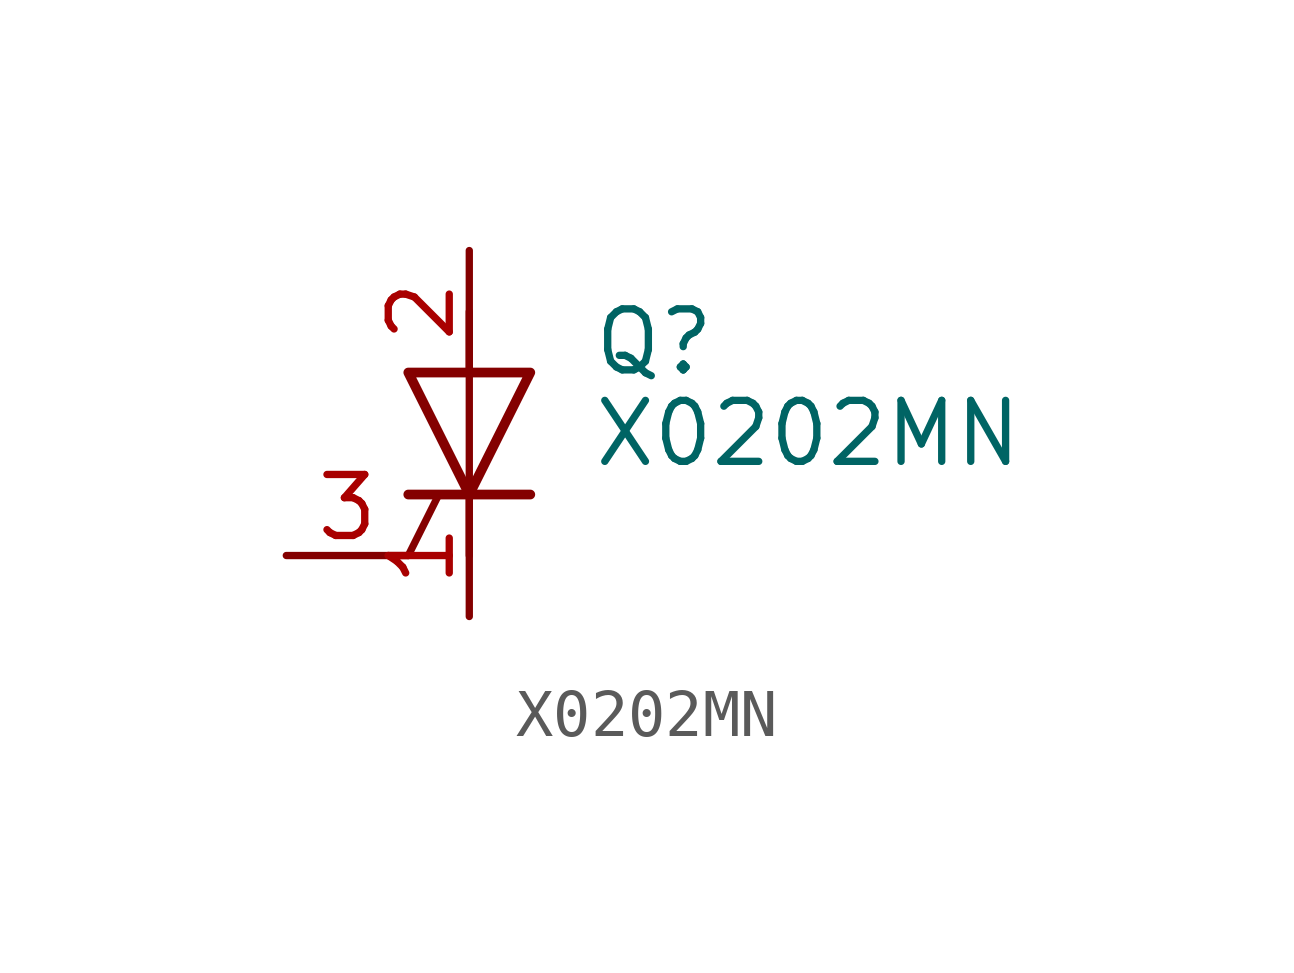
<source format=kicad_sym>
(kicad_symbol_lib
  (version 20201005)
  (generator kicad_symbol_editor)
  (symbol "X0202MN"
    (pin_names
      (offset 0) hide)
    (property "Reference" "Q"
      (at 2.54 1.905 0)
      (effects (font (size 1.27 1.27)) (justify left)))
    (property "Value" "X0202MN"
      (at 2.54 0 0)
      (effects (font (size 1.27 1.27)) (justify left)))
    (symbol "X0202MN_0_1"
      (polyline (pts (xy -1.27 -2.54) (xy -0.635 -1.27)) (stroke (width 0)) (fill (type none)))
      (polyline (pts (xy -1.27 -1.27) (xy 1.27 -1.27)) (stroke (width 0.203)) (fill (type none)))
      (polyline (pts (xy 0 -2.54) (xy 0 2.54)) (stroke (width 0)) (fill (type none)))
      (polyline (pts (xy -1.27 1.27) (xy 1.27 1.27) (xy 0 -1.27) (xy -1.27 1.27)) (stroke (width 0.203)) (fill (type none))))
    (symbol "X0202MN_1_1"
      (pin passive line (at 0 -3.81 90) (length 2.54) (name "K" (effects (font (size 1.27 1.27)))) (number "1" (effects (font (size 1.27 1.27)))))
      (pin passive line (at 0 3.81 270) (length 2.54) (name "A" (effects (font (size 1.27 1.27)))) (number "2" (effects (font (size 1.27 1.27)))))
      (pin input line (at -3.81 -2.54 0) (length 2.54) (name "G" (effects (font (size 1.27 1.27)))) (number "3" (effects (font (size 1.27 1.27)))))
      (pin passive line (at 0 3.81 270) (length 2.54) hide (name "A" (effects (font (size 1.27 1.27)))) (number "4" (effects (font (size 1.27 1.27))))))))
</source>
